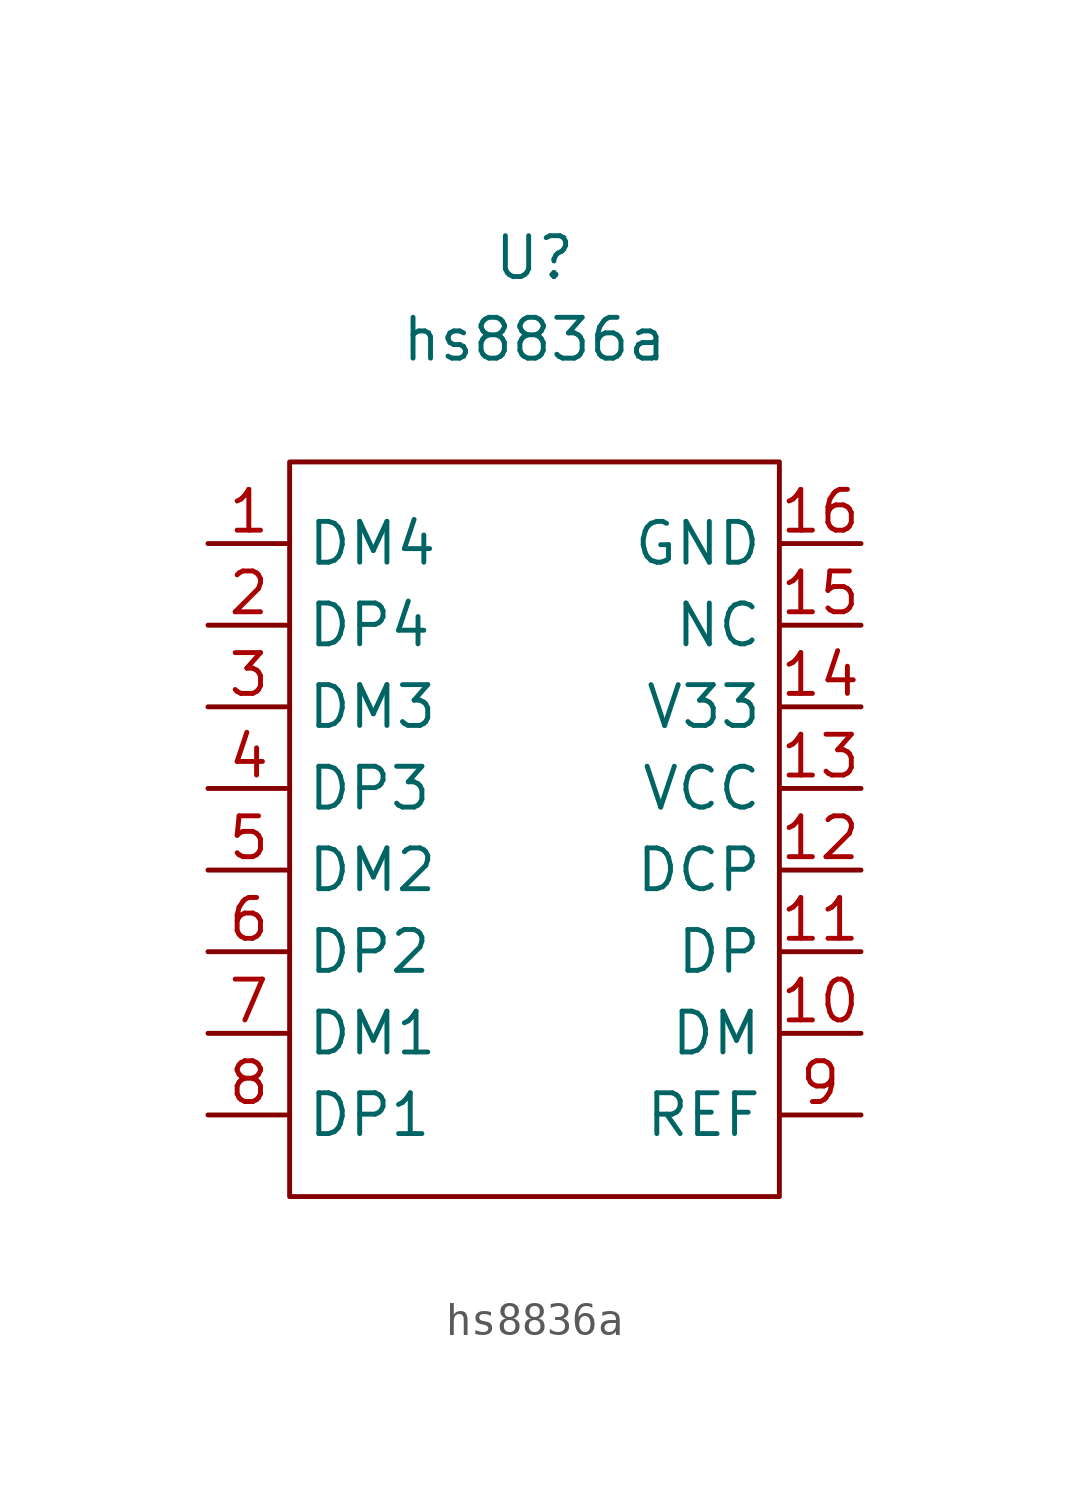
<source format=kicad_sym>
(kicad_symbol_lib
  (version 20220102)
  (generator kicad_symbol_editor)
  (symbol "hs8836a"
    (property "Reference" "U"
      (at 0 0 0)
      (effects (font (size 1.27 1.27))))
    (property "Value" "hs8836a"
      (at 0 -2.54 0)
      (effects (font (size 1.27 1.27))))
    (symbol "hs8836a_0_1"
      (rectangle (start -7.62 -6.35) (end 7.62 -29.21) (stroke (width 0) (type default)) (fill (type none))))
    (symbol "hs8836a_1_1"
      (pin bidirectional line (at -10.16 -8.89 0) (length 2.54) (name "DM4" (effects (font (size 1.27 1.27)))) (number "1" (effects (font (size 1.27 1.27)))))
      (pin bidirectional line (at 10.16 -24.13 180) (length 2.54) (name "DM" (effects (font (size 1.27 1.27)))) (number "10" (effects (font (size 1.27 1.27)))))
      (pin bidirectional line (at 10.16 -21.59 180) (length 2.54) (name "DP" (effects (font (size 1.27 1.27)))) (number "11" (effects (font (size 1.27 1.27)))))
      (pin power_out line (at 10.16 -19.05 180) (length 2.54) (name "DCP" (effects (font (size 1.27 1.27)))) (number "12" (effects (font (size 1.27 1.27)))))
      (pin power_in line (at 10.16 -16.51 180) (length 2.54) (name "VCC" (effects (font (size 1.27 1.27)))) (number "13" (effects (font (size 1.27 1.27)))))
      (pin power_in line (at 10.16 -13.97 180) (length 2.54) (name "V33" (effects (font (size 1.27 1.27)))) (number "14" (effects (font (size 1.27 1.27)))))
      (pin power_in line (at 10.16 -11.43 180) (length 2.54) (name "NC" (effects (font (size 1.27 1.27)))) (number "15" (effects (font (size 1.27 1.27)))))
      (pin power_in line (at 10.16 -8.89 180) (length 2.54) (name "GND" (effects (font (size 1.27 1.27)))) (number "16" (effects (font (size 1.27 1.27)))))
      (pin bidirectional line (at -10.16 -11.43 0) (length 2.54) (name "DP4" (effects (font (size 1.27 1.27)))) (number "2" (effects (font (size 1.27 1.27)))))
      (pin bidirectional line (at -10.16 -13.97 0) (length 2.54) (name "DM3" (effects (font (size 1.27 1.27)))) (number "3" (effects (font (size 1.27 1.27)))))
      (pin bidirectional line (at -10.16 -16.51 0) (length 2.54) (name "DP3" (effects (font (size 1.27 1.27)))) (number "4" (effects (font (size 1.27 1.27)))))
      (pin bidirectional line (at -10.16 -19.05 0) (length 2.54) (name "DM2" (effects (font (size 1.27 1.27)))) (number "5" (effects (font (size 1.27 1.27)))))
      (pin bidirectional line (at -10.16 -21.59 0) (length 2.54) (name "DP2" (effects (font (size 1.27 1.27)))) (number "6" (effects (font (size 1.27 1.27)))))
      (pin bidirectional line (at -10.16 -24.13 0) (length 2.54) (name "DM1" (effects (font (size 1.27 1.27)))) (number "7" (effects (font (size 1.27 1.27)))))
      (pin bidirectional line (at -10.16 -26.67 0) (length 2.54) (name "DP1" (effects (font (size 1.27 1.27)))) (number "8" (effects (font (size 1.27 1.27)))))
      (pin input line (at 10.16 -26.67 180) (length 2.54) (name "REF" (effects (font (size 1.27 1.27)))) (number "9" (effects (font (size 1.27 1.27))))))))
</source>
